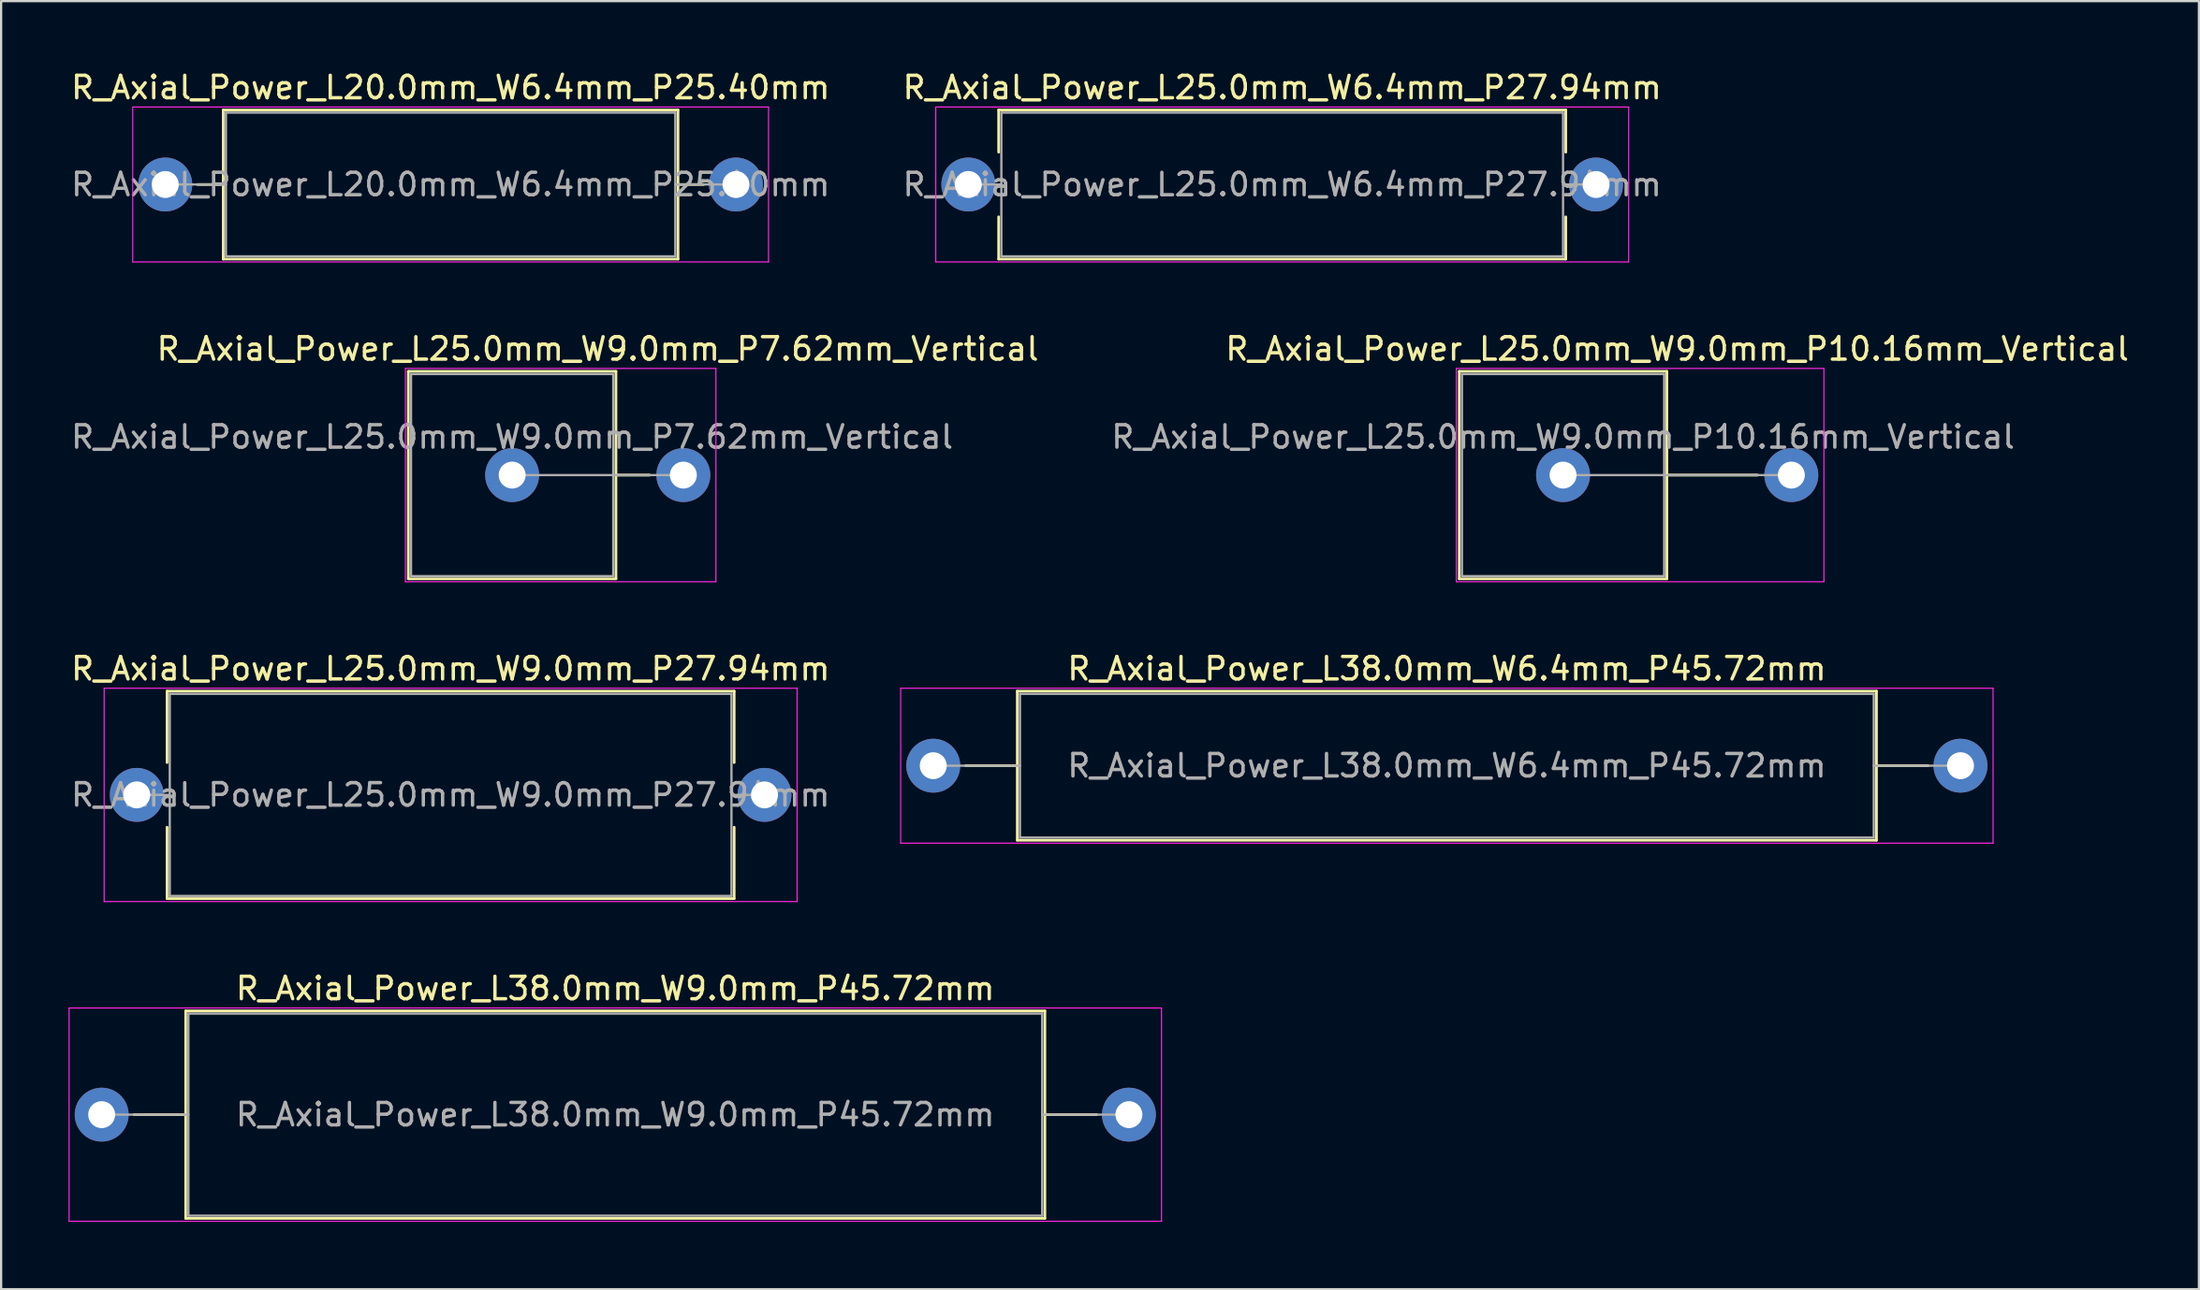
<source format=kicad_pcb>
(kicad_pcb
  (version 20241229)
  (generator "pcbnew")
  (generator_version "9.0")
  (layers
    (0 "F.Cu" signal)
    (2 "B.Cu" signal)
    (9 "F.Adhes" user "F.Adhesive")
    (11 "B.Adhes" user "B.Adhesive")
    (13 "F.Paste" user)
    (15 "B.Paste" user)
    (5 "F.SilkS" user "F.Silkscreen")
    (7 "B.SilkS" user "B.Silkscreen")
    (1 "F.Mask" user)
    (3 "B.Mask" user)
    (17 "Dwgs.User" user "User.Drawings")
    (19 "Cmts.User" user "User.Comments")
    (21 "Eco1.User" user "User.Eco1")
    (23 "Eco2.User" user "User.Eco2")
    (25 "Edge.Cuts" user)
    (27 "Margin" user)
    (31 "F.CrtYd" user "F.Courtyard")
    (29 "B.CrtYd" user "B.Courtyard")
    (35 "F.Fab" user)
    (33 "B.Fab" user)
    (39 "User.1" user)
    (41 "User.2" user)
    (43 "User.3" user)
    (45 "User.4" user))
  (footprint "R_Axial_Power_L38.0mm_W6.4mm_P45.72mm"
    (layer "F.Cu")
    (at 38.487 31.055)
    (property "Reference" "R_Axial_Power_L38.0mm_W6.4mm_P45.72mm" (at 22.86 -4.32 0) (layer "F.SilkS") (effects (font (size 1 1) (thickness 0.15))))
    (attr through_hole)
    (fp_line (start 1.44 0) (end 3.74 0) (stroke (width 0.12) (type solid)) (layer "F.SilkS"))
    (fp_line (start 3.74 -3.32) (end 3.74 3.32) (stroke (width 0.12) (type solid)) (layer "F.SilkS"))
    (fp_line (start 3.74 3.32) (end 41.98 3.32) (stroke (width 0.12) (type solid)) (layer "F.SilkS"))
    (fp_line (start 41.98 -3.32) (end 3.74 -3.32) (stroke (width 0.12) (type solid)) (layer "F.SilkS"))
    (fp_line (start 41.98 3.32) (end 41.98 -3.32) (stroke (width 0.12) (type solid)) (layer "F.SilkS"))
    (fp_line (start 44.28 0) (end 41.98 0) (stroke (width 0.12) (type solid)) (layer "F.SilkS"))
    (fp_line (start -1.45 -3.45) (end -1.45 3.45) (stroke (width 0.05) (type solid)) (layer "F.CrtYd"))
    (fp_line (start -1.45 3.45) (end 47.17 3.45) (stroke (width 0.05) (type solid)) (layer "F.CrtYd"))
    (fp_line (start 47.17 -3.45) (end -1.45 -3.45) (stroke (width 0.05) (type solid)) (layer "F.CrtYd"))
    (fp_line (start 47.17 3.45) (end 47.17 -3.45) (stroke (width 0.05) (type solid)) (layer "F.CrtYd"))
    (fp_line (start 0 0) (end 3.86 0) (stroke (width 0.1) (type solid)) (layer "F.Fab"))
    (fp_line (start 3.86 -3.2) (end 3.86 3.2) (stroke (width 0.1) (type solid)) (layer "F.Fab"))
    (fp_line (start 3.86 3.2) (end 41.86 3.2) (stroke (width 0.1) (type solid)) (layer "F.Fab"))
    (fp_line (start 41.86 -3.2) (end 3.86 -3.2) (stroke (width 0.1) (type solid)) (layer "F.Fab"))
    (fp_line (start 41.86 3.2) (end 41.86 -3.2) (stroke (width 0.1) (type solid)) (layer "F.Fab"))
    (fp_line (start 45.72 0) (end 41.86 0) (stroke (width 0.1) (type solid)) (layer "F.Fab"))
    (fp_text user "${REFERENCE}" (at 22.86 0 0) (layer "F.Fab") (effects (font (size 1 1) (thickness 0.15))))
    (pad "1" thru_hole circle (at 0 0) (size 2.4 2.4) (drill 1.2) (layers "*.Cu" "*.Mask"))
    (pad "2" thru_hole circle (at 45.72 0) (size 2.4 2.4) (drill 1.2) (layers "*.Cu" "*.Mask")))
  (footprint "R_Axial_Power_L20.0mm_W6.4mm_P25.40mm"
    (layer "F.Cu")
    (at 4.306 5.168)
    (property "Reference" "R_Axial_Power_L20.0mm_W6.4mm_P25.40mm" (at 12.7 -4.32 0) (layer "F.SilkS") (effects (font (size 1 1) (thickness 0.15))))
    (attr through_hole)
    (fp_line (start 1.44 0) (end 2.58 0) (stroke (width 0.12) (type solid)) (layer "F.SilkS"))
    (fp_line (start 2.58 -3.32) (end 2.58 3.32) (stroke (width 0.12) (type solid)) (layer "F.SilkS"))
    (fp_line (start 2.58 3.32) (end 22.82 3.32) (stroke (width 0.12) (type solid)) (layer "F.SilkS"))
    (fp_line (start 22.82 -3.32) (end 2.58 -3.32) (stroke (width 0.12) (type solid)) (layer "F.SilkS"))
    (fp_line (start 22.82 3.32) (end 22.82 -3.32) (stroke (width 0.12) (type solid)) (layer "F.SilkS"))
    (fp_line (start 23.96 0) (end 22.82 0) (stroke (width 0.12) (type solid)) (layer "F.SilkS"))
    (fp_line (start -1.45 -3.45) (end -1.45 3.45) (stroke (width 0.05) (type solid)) (layer "F.CrtYd"))
    (fp_line (start -1.45 3.45) (end 26.85 3.45) (stroke (width 0.05) (type solid)) (layer "F.CrtYd"))
    (fp_line (start 26.85 -3.45) (end -1.45 -3.45) (stroke (width 0.05) (type solid)) (layer "F.CrtYd"))
    (fp_line (start 26.85 3.45) (end 26.85 -3.45) (stroke (width 0.05) (type solid)) (layer "F.CrtYd"))
    (fp_line (start 0 0) (end 2.7 0) (stroke (width 0.1) (type solid)) (layer "F.Fab"))
    (fp_line (start 2.7 -3.2) (end 2.7 3.2) (stroke (width 0.1) (type solid)) (layer "F.Fab"))
    (fp_line (start 2.7 3.2) (end 22.7 3.2) (stroke (width 0.1) (type solid)) (layer "F.Fab"))
    (fp_line (start 22.7 -3.2) (end 2.7 -3.2) (stroke (width 0.1) (type solid)) (layer "F.Fab"))
    (fp_line (start 22.7 3.2) (end 22.7 -3.2) (stroke (width 0.1) (type solid)) (layer "F.Fab"))
    (fp_line (start 25.4 0) (end 22.7 0) (stroke (width 0.1) (type solid)) (layer "F.Fab"))
    (fp_text user "${REFERENCE}" (at 12.7 0 0) (layer "F.Fab") (effects (font (size 1 1) (thickness 0.15))))
    (pad "1" thru_hole circle (at 0 0) (size 2.4 2.4) (drill 1.2) (layers "*.Cu" "*.Mask"))
    (pad "2" thru_hole circle (at 25.4 0) (size 2.4 2.4) (drill 1.2) (layers "*.Cu" "*.Mask")))
  (footprint "R_Axial_Power_L25.0mm_W6.4mm_P27.94mm"
    (layer "F.Cu")
    (at 40.048 5.168)
    (property "Reference" "R_Axial_Power_L25.0mm_W6.4mm_P27.94mm" (at 13.97 -4.32 0) (layer "F.SilkS") (effects (font (size 1 1) (thickness 0.15))))
    (attr through_hole)
    (fp_line (start 1.35 -3.32) (end 26.59 -3.32) (stroke (width 0.12) (type solid)) (layer "F.SilkS"))
    (fp_line (start 1.35 -1.44) (end 1.35 -3.32) (stroke (width 0.12) (type solid)) (layer "F.SilkS"))
    (fp_line (start 1.35 1.44) (end 1.35 3.32) (stroke (width 0.12) (type solid)) (layer "F.SilkS"))
    (fp_line (start 1.35 3.32) (end 26.59 3.32) (stroke (width 0.12) (type solid)) (layer "F.SilkS"))
    (fp_line (start 26.59 -3.32) (end 26.59 -1.44) (stroke (width 0.12) (type solid)) (layer "F.SilkS"))
    (fp_line (start 26.59 3.32) (end 26.59 1.44) (stroke (width 0.12) (type solid)) (layer "F.SilkS"))
    (fp_line (start -1.45 -3.45) (end -1.45 3.45) (stroke (width 0.05) (type solid)) (layer "F.CrtYd"))
    (fp_line (start -1.45 3.45) (end 29.39 3.45) (stroke (width 0.05) (type solid)) (layer "F.CrtYd"))
    (fp_line (start 29.39 -3.45) (end -1.45 -3.45) (stroke (width 0.05) (type solid)) (layer "F.CrtYd"))
    (fp_line (start 29.39 3.45) (end 29.39 -3.45) (stroke (width 0.05) (type solid)) (layer "F.CrtYd"))
    (fp_line (start 0 0) (end 1.47 0) (stroke (width 0.1) (type solid)) (layer "F.Fab"))
    (fp_line (start 1.47 -3.2) (end 1.47 3.2) (stroke (width 0.1) (type solid)) (layer "F.Fab"))
    (fp_line (start 1.47 3.2) (end 26.47 3.2) (stroke (width 0.1) (type solid)) (layer "F.Fab"))
    (fp_line (start 26.47 -3.2) (end 1.47 -3.2) (stroke (width 0.1) (type solid)) (layer "F.Fab"))
    (fp_line (start 26.47 3.2) (end 26.47 -3.2) (stroke (width 0.1) (type solid)) (layer "F.Fab"))
    (fp_line (start 27.94 0) (end 26.47 0) (stroke (width 0.1) (type solid)) (layer "F.Fab"))
    (fp_text user "${REFERENCE}" (at 13.97 0 0) (layer "F.Fab") (effects (font (size 1 1) (thickness 0.15))))
    (pad "1" thru_hole circle (at 0 0) (size 2.4 2.4) (drill 1.2) (layers "*.Cu" "*.Mask"))
    (pad "2" thru_hole circle (at 27.94 0) (size 2.4 2.4) (drill 1.2) (layers "*.Cu" "*.Mask")))
  (footprint "R_Axial_Power_L38.0mm_W9.0mm_P45.72mm"
    (layer "F.Cu")
    (at 1.475 46.598)
    (property "Reference" "R_Axial_Power_L38.0mm_W9.0mm_P45.72mm" (at 22.86 -5.62 0) (layer "F.SilkS") (effects (font (size 1 1) (thickness 0.15))))
    (attr through_hole)
    (fp_line (start 1.44 0) (end 3.74 0) (stroke (width 0.12) (type solid)) (layer "F.SilkS"))
    (fp_line (start 3.74 -4.62) (end 3.74 4.62) (stroke (width 0.12) (type solid)) (layer "F.SilkS"))
    (fp_line (start 3.74 4.62) (end 41.98 4.62) (stroke (width 0.12) (type solid)) (layer "F.SilkS"))
    (fp_line (start 41.98 -4.62) (end 3.74 -4.62) (stroke (width 0.12) (type solid)) (layer "F.SilkS"))
    (fp_line (start 41.98 4.62) (end 41.98 -4.62) (stroke (width 0.12) (type solid)) (layer "F.SilkS"))
    (fp_line (start 44.28 0) (end 41.98 0) (stroke (width 0.12) (type solid)) (layer "F.SilkS"))
    (fp_line (start -1.45 -4.75) (end -1.45 4.75) (stroke (width 0.05) (type solid)) (layer "F.CrtYd"))
    (fp_line (start -1.45 4.75) (end 47.17 4.75) (stroke (width 0.05) (type solid)) (layer "F.CrtYd"))
    (fp_line (start 47.17 -4.75) (end -1.45 -4.75) (stroke (width 0.05) (type solid)) (layer "F.CrtYd"))
    (fp_line (start 47.17 4.75) (end 47.17 -4.75) (stroke (width 0.05) (type solid)) (layer "F.CrtYd"))
    (fp_line (start 0 0) (end 3.86 0) (stroke (width 0.1) (type solid)) (layer "F.Fab"))
    (fp_line (start 3.86 -4.5) (end 3.86 4.5) (stroke (width 0.1) (type solid)) (layer "F.Fab"))
    (fp_line (start 3.86 4.5) (end 41.86 4.5) (stroke (width 0.1) (type solid)) (layer "F.Fab"))
    (fp_line (start 41.86 -4.5) (end 3.86 -4.5) (stroke (width 0.1) (type solid)) (layer "F.Fab"))
    (fp_line (start 41.86 4.5) (end 41.86 -4.5) (stroke (width 0.1) (type solid)) (layer "F.Fab"))
    (fp_line (start 45.72 0) (end 41.86 0) (stroke (width 0.1) (type solid)) (layer "F.Fab"))
    (fp_text user "${REFERENCE}" (at 22.86 0 0) (layer "F.Fab") (effects (font (size 1 1) (thickness 0.15))))
    (pad "1" thru_hole circle (at 0 0) (size 2.4 2.4) (drill 1.2) (layers "*.Cu" "*.Mask"))
    (pad "2" thru_hole circle (at 45.72 0) (size 2.4 2.4) (drill 1.2) (layers "*.Cu" "*.Mask")))
  (footprint "R_Axial_Power_L25.0mm_W9.0mm_P10.16mm_Vertical"
    (layer "F.Cu")
    (at 66.518 18.111)
    (property "Reference" "R_Axial_Power_L25.0mm_W9.0mm_P10.16mm_Vertical" (at 5.08 -5.62 0) (layer "F.SilkS") (effects (font (size 1 1) (thickness 0.15))))
    (attr through_hole)
    (fp_line (start -4.62 -4.62) (end -4.62 4.62) (stroke (width 0.12) (type solid)) (layer "F.SilkS"))
    (fp_line (start -4.62 4.62) (end 4.62 4.62) (stroke (width 0.12) (type solid)) (layer "F.SilkS"))
    (fp_line (start 4.62 -4.62) (end -4.62 -4.62) (stroke (width 0.12) (type solid)) (layer "F.SilkS"))
    (fp_line (start 4.62 0) (end 8.66 0) (stroke (width 0.12) (type solid)) (layer "F.SilkS"))
    (fp_line (start 4.62 4.62) (end 4.62 -4.62) (stroke (width 0.12) (type solid)) (layer "F.SilkS"))
    (fp_line (start -4.75 -4.75) (end -4.75 4.75) (stroke (width 0.05) (type solid)) (layer "F.CrtYd"))
    (fp_line (start -4.75 4.75) (end 11.61 4.75) (stroke (width 0.05) (type solid)) (layer "F.CrtYd"))
    (fp_line (start 11.61 -4.75) (end -4.75 -4.75) (stroke (width 0.05) (type solid)) (layer "F.CrtYd"))
    (fp_line (start 11.61 4.75) (end 11.61 -4.75) (stroke (width 0.05) (type solid)) (layer "F.CrtYd"))
    (fp_line (start -4.5 -4.5) (end -4.5 4.5) (stroke (width 0.1) (type solid)) (layer "F.Fab"))
    (fp_line (start -4.5 4.5) (end 4.5 4.5) (stroke (width 0.1) (type solid)) (layer "F.Fab"))
    (fp_line (start 0 0) (end 10.16 0) (stroke (width 0.1) (type solid)) (layer "F.Fab"))
    (fp_line (start 4.5 -4.5) (end -4.5 -4.5) (stroke (width 0.1) (type solid)) (layer "F.Fab"))
    (fp_line (start 4.5 4.5) (end 4.5 -4.5) (stroke (width 0.1) (type solid)) (layer "F.Fab"))
    (fp_text user "${REFERENCE}" (at 0 -1.7 0) (layer "F.Fab") (effects (font (size 1 1) (thickness 0.15))))
    (pad "1" thru_hole circle (at 0 0) (size 2.4 2.4) (drill 1.2) (layers "*.Cu" "*.Mask"))
    (pad "2" thru_hole circle (at 10.16 0) (size 2.4 2.4) (drill 1.2) (layers "*.Cu" "*.Mask")))
  (footprint "R_Axial_Power_L25.0mm_W9.0mm_P7.62mm_Vertical"
    (layer "F.Cu")
    (at 19.744 18.111)
    (property "Reference" "R_Axial_Power_L25.0mm_W9.0mm_P7.62mm_Vertical" (at 3.81 -5.62 0) (layer "F.SilkS") (effects (font (size 1 1) (thickness 0.15))))
    (attr through_hole)
    (fp_line (start -4.62 -4.62) (end -4.62 4.62) (stroke (width 0.12) (type solid)) (layer "F.SilkS"))
    (fp_line (start -4.62 4.62) (end 4.62 4.62) (stroke (width 0.12) (type solid)) (layer "F.SilkS"))
    (fp_line (start 4.62 -4.62) (end -4.62 -4.62) (stroke (width 0.12) (type solid)) (layer "F.SilkS"))
    (fp_line (start 4.62 0) (end 6.12 0) (stroke (width 0.12) (type solid)) (layer "F.SilkS"))
    (fp_line (start 4.62 4.62) (end 4.62 -4.62) (stroke (width 0.12) (type solid)) (layer "F.SilkS"))
    (fp_line (start -4.75 -4.75) (end -4.75 4.75) (stroke (width 0.05) (type solid)) (layer "F.CrtYd"))
    (fp_line (start -4.75 4.75) (end 9.07 4.75) (stroke (width 0.05) (type solid)) (layer "F.CrtYd"))
    (fp_line (start 9.07 -4.75) (end -4.75 -4.75) (stroke (width 0.05) (type solid)) (layer "F.CrtYd"))
    (fp_line (start 9.07 4.75) (end 9.07 -4.75) (stroke (width 0.05) (type solid)) (layer "F.CrtYd"))
    (fp_line (start -4.5 -4.5) (end -4.5 4.5) (stroke (width 0.1) (type solid)) (layer "F.Fab"))
    (fp_line (start -4.5 4.5) (end 4.5 4.5) (stroke (width 0.1) (type solid)) (layer "F.Fab"))
    (fp_line (start 0 0) (end 7.62 0) (stroke (width 0.1) (type solid)) (layer "F.Fab"))
    (fp_line (start 4.5 -4.5) (end -4.5 -4.5) (stroke (width 0.1) (type solid)) (layer "F.Fab"))
    (fp_line (start 4.5 4.5) (end 4.5 -4.5) (stroke (width 0.1) (type solid)) (layer "F.Fab"))
    (fp_text user "${REFERENCE}" (at 0 -1.7 0) (layer "F.Fab") (effects (font (size 1 1) (thickness 0.15))))
    (pad "1" thru_hole circle (at 0 0) (size 2.4 2.4) (drill 1.2) (layers "*.Cu" "*.Mask"))
    (pad "2" thru_hole circle (at 7.62 0) (size 2.4 2.4) (drill 1.2) (layers "*.Cu" "*.Mask")))
  (footprint "R_Axial_Power_L25.0mm_W9.0mm_P27.94mm"
    (layer "F.Cu")
    (at 3.036 32.355)
    (property "Reference" "R_Axial_Power_L25.0mm_W9.0mm_P27.94mm" (at 13.97 -5.62 0) (layer "F.SilkS") (effects (font (size 1 1) (thickness 0.15))))
    (attr through_hole)
    (fp_line (start 1.35 -4.62) (end 26.59 -4.62) (stroke (width 0.12) (type solid)) (layer "F.SilkS"))
    (fp_line (start 1.35 -1.44) (end 1.35 -4.62) (stroke (width 0.12) (type solid)) (layer "F.SilkS"))
    (fp_line (start 1.35 1.44) (end 1.35 4.62) (stroke (width 0.12) (type solid)) (layer "F.SilkS"))
    (fp_line (start 1.35 4.62) (end 26.59 4.62) (stroke (width 0.12) (type solid)) (layer "F.SilkS"))
    (fp_line (start 26.59 -4.62) (end 26.59 -1.44) (stroke (width 0.12) (type solid)) (layer "F.SilkS"))
    (fp_line (start 26.59 4.62) (end 26.59 1.44) (stroke (width 0.12) (type solid)) (layer "F.SilkS"))
    (fp_line (start -1.45 -4.75) (end -1.45 4.75) (stroke (width 0.05) (type solid)) (layer "F.CrtYd"))
    (fp_line (start -1.45 4.75) (end 29.39 4.75) (stroke (width 0.05) (type solid)) (layer "F.CrtYd"))
    (fp_line (start 29.39 -4.75) (end -1.45 -4.75) (stroke (width 0.05) (type solid)) (layer "F.CrtYd"))
    (fp_line (start 29.39 4.75) (end 29.39 -4.75) (stroke (width 0.05) (type solid)) (layer "F.CrtYd"))
    (fp_line (start 0 0) (end 1.47 0) (stroke (width 0.1) (type solid)) (layer "F.Fab"))
    (fp_line (start 1.47 -4.5) (end 1.47 4.5) (stroke (width 0.1) (type solid)) (layer "F.Fab"))
    (fp_line (start 1.47 4.5) (end 26.47 4.5) (stroke (width 0.1) (type solid)) (layer "F.Fab"))
    (fp_line (start 26.47 -4.5) (end 1.47 -4.5) (stroke (width 0.1) (type solid)) (layer "F.Fab"))
    (fp_line (start 26.47 4.5) (end 26.47 -4.5) (stroke (width 0.1) (type solid)) (layer "F.Fab"))
    (fp_line (start 27.94 0) (end 26.47 0) (stroke (width 0.1) (type solid)) (layer "F.Fab"))
    (fp_text user "${REFERENCE}" (at 13.97 0 0) (layer "F.Fab") (effects (font (size 1 1) (thickness 0.15))))
    (pad "1" thru_hole circle (at 0 0) (size 2.4 2.4) (drill 1.2) (layers "*.Cu" "*.Mask"))
    (pad "2" thru_hole circle (at 27.94 0) (size 2.4 2.4) (drill 1.2) (layers "*.Cu" "*.Mask")))
  (gr_rect
    (start -3 -3)
    (end 94.819 54.373)
    (stroke (width 0.1) (type default))
    (fill no)
    (layer "Edge.Cuts")))
</source>
